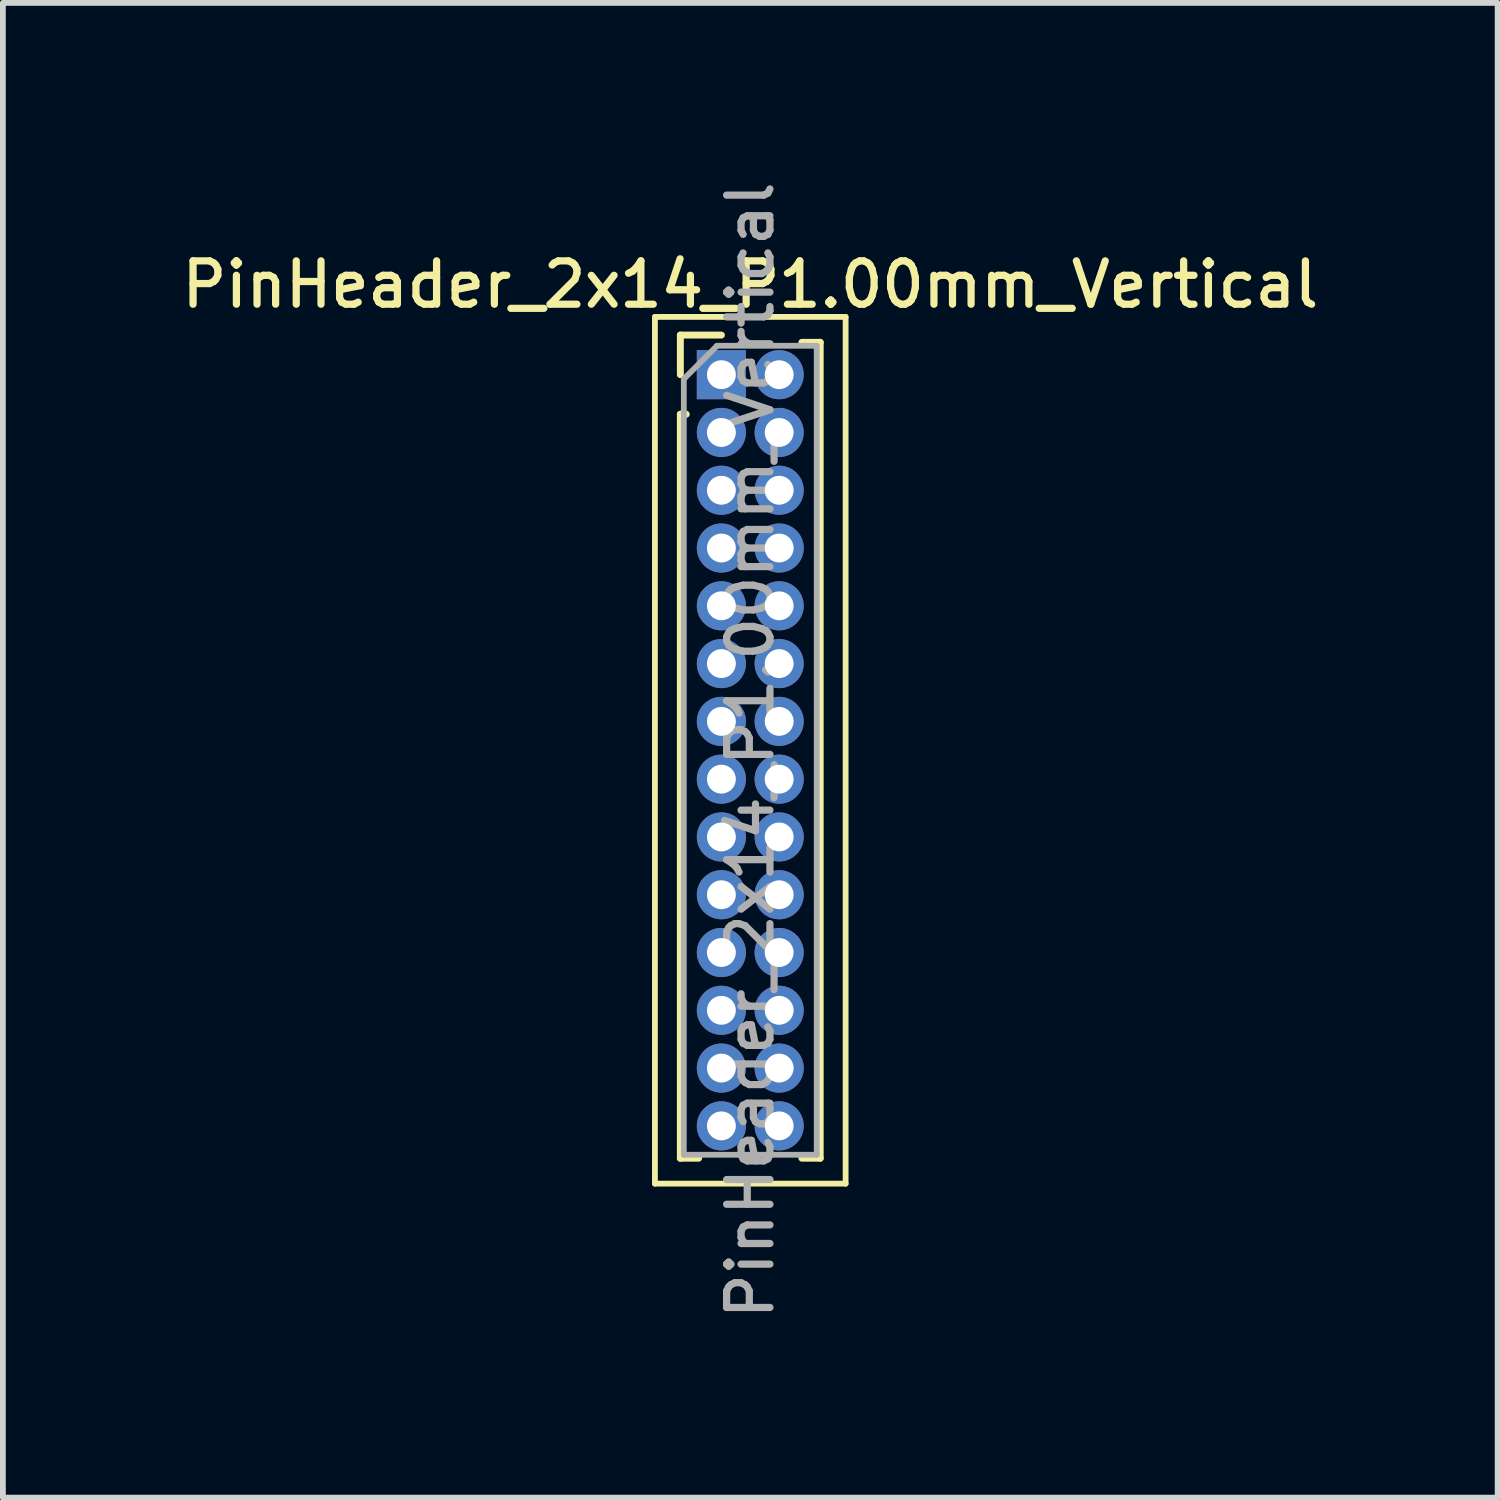
<source format=kicad_pcb>
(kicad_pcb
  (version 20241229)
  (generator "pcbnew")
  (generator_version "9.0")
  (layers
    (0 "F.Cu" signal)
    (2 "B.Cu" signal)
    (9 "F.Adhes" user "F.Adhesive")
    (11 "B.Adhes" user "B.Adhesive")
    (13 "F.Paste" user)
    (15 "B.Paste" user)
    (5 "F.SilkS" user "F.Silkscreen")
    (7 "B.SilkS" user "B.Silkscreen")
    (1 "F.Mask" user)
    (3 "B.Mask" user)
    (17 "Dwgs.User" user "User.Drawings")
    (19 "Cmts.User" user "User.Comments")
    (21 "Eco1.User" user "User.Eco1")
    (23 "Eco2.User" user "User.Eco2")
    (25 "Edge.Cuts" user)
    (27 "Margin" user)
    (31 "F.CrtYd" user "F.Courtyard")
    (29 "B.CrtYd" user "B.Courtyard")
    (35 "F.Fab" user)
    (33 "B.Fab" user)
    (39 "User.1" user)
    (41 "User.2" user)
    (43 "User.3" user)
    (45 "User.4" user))
  (footprint "PinHeader_2x14_P1.00mm_Vertical"
    (layer "F.Cu")
    (at 9.434 3.434)
    (property "Reference" "PinHeader_2x14_P1.00mm_Vertical" (at 0.5 -1.56 0) (layer "F.SilkS") (effects (font (size 0.75 0.75) (thickness 0.125))))
    (attr through_hole)
    (fp_line (start -1.15 -1) (end -1.15 14) (stroke (width 0.1) (type solid)) (layer "F.SilkS"))
    (fp_line (start -1.15 14) (end 2.15 14) (stroke (width 0.1) (type solid)) (layer "F.SilkS"))
    (fp_line (start -0.71 -0.685) (end 0 -0.685) (stroke (width 0.12) (type solid)) (layer "F.SilkS"))
    (fp_line (start -0.71 0) (end -0.71 -0.685) (stroke (width 0.12) (type solid)) (layer "F.SilkS"))
    (fp_line (start -0.71 0.685) (end -0.71 13.56) (stroke (width 0.12) (type solid)) (layer "F.SilkS"))
    (fp_line (start -0.71 0.685) (end -0.608 0.685) (stroke (width 0.12) (type solid)) (layer "F.SilkS"))
    (fp_line (start -0.71 13.56) (end -0.394 13.56) (stroke (width 0.12) (type solid)) (layer "F.SilkS"))
    (fp_line (start 0.394 13.56) (end 0.606 13.56) (stroke (width 0.12) (type solid)) (layer "F.SilkS"))
    (fp_line (start 1.394 -0.56) (end 1.71 -0.56) (stroke (width 0.12) (type solid)) (layer "F.SilkS"))
    (fp_line (start 1.394 13.56) (end 1.71 13.56) (stroke (width 0.12) (type solid)) (layer "F.SilkS"))
    (fp_line (start 1.71 -0.56) (end 1.71 13.56) (stroke (width 0.12) (type solid)) (layer "F.SilkS"))
    (fp_line (start 2.15 -1) (end -1.15 -1) (stroke (width 0.1) (type solid)) (layer "F.SilkS"))
    (fp_line (start 2.15 14) (end 2.15 -1) (stroke (width 0.1) (type solid)) (layer "F.SilkS"))
    (fp_line (start -0.65 0.075) (end -0.075 -0.5) (stroke (width 0.1) (type solid)) (layer "F.Fab"))
    (fp_line (start -0.65 13.5) (end -0.65 0.075) (stroke (width 0.1) (type solid)) (layer "F.Fab"))
    (fp_line (start -0.075 -0.5) (end 1.65 -0.5) (stroke (width 0.1) (type solid)) (layer "F.Fab"))
    (fp_line (start 1.65 -0.5) (end 1.65 13.5) (stroke (width 0.1) (type solid)) (layer "F.Fab"))
    (fp_line (start 1.65 13.5) (end -0.65 13.5) (stroke (width 0.1) (type solid)) (layer "F.Fab"))
    (fp_text user "${REFERENCE}" (at 0.5 6.5 90) (layer "F.Fab") (effects (font (size 0.75 0.75) (thickness 0.125))))
    (pad "1" thru_hole rect (at 0 0) (size 0.85 0.85) (drill 0.5) (layers "*.Cu" "*.Mask"))
    (pad "2" thru_hole oval (at 1 0) (size 0.85 0.85) (drill 0.5) (layers "*.Cu" "*.Mask"))
    (pad "3" thru_hole oval (at 0 1) (size 0.85 0.85) (drill 0.5) (layers "*.Cu" "*.Mask"))
    (pad "4" thru_hole oval (at 1 1) (size 0.85 0.85) (drill 0.5) (layers "*.Cu" "*.Mask"))
    (pad "5" thru_hole oval (at 0 2) (size 0.85 0.85) (drill 0.5) (layers "*.Cu" "*.Mask"))
    (pad "6" thru_hole oval (at 1 2) (size 0.85 0.85) (drill 0.5) (layers "*.Cu" "*.Mask"))
    (pad "7" thru_hole oval (at 0 3) (size 0.85 0.85) (drill 0.5) (layers "*.Cu" "*.Mask"))
    (pad "8" thru_hole oval (at 1 3) (size 0.85 0.85) (drill 0.5) (layers "*.Cu" "*.Mask"))
    (pad "9" thru_hole oval (at 0 4) (size 0.85 0.85) (drill 0.5) (layers "*.Cu" "*.Mask"))
    (pad "10" thru_hole oval (at 1 4) (size 0.85 0.85) (drill 0.5) (layers "*.Cu" "*.Mask"))
    (pad "11" thru_hole oval (at 0 5) (size 0.85 0.85) (drill 0.5) (layers "*.Cu" "*.Mask"))
    (pad "12" thru_hole oval (at 1 5) (size 0.85 0.85) (drill 0.5) (layers "*.Cu" "*.Mask"))
    (pad "13" thru_hole oval (at 0 6) (size 0.85 0.85) (drill 0.5) (layers "*.Cu" "*.Mask"))
    (pad "14" thru_hole oval (at 1 6) (size 0.85 0.85) (drill 0.5) (layers "*.Cu" "*.Mask"))
    (pad "15" thru_hole oval (at 0 7) (size 0.85 0.85) (drill 0.5) (layers "*.Cu" "*.Mask"))
    (pad "16" thru_hole oval (at 1 7) (size 0.85 0.85) (drill 0.5) (layers "*.Cu" "*.Mask"))
    (pad "17" thru_hole oval (at 0 8) (size 0.85 0.85) (drill 0.5) (layers "*.Cu" "*.Mask"))
    (pad "18" thru_hole oval (at 1 8) (size 0.85 0.85) (drill 0.5) (layers "*.Cu" "*.Mask"))
    (pad "19" thru_hole oval (at 0 9) (size 0.85 0.85) (drill 0.5) (layers "*.Cu" "*.Mask"))
    (pad "20" thru_hole oval (at 1 9) (size 0.85 0.85) (drill 0.5) (layers "*.Cu" "*.Mask"))
    (pad "21" thru_hole oval (at 0 10) (size 0.85 0.85) (drill 0.5) (layers "*.Cu" "*.Mask"))
    (pad "22" thru_hole oval (at 1 10) (size 0.85 0.85) (drill 0.5) (layers "*.Cu" "*.Mask"))
    (pad "23" thru_hole oval (at 0 11) (size 0.85 0.85) (drill 0.5) (layers "*.Cu" "*.Mask"))
    (pad "24" thru_hole oval (at 1 11) (size 0.85 0.85) (drill 0.5) (layers "*.Cu" "*.Mask"))
    (pad "25" thru_hole oval (at 0 12) (size 0.85 0.85) (drill 0.5) (layers "*.Cu" "*.Mask"))
    (pad "26" thru_hole oval (at 1 12) (size 0.85 0.85) (drill 0.5) (layers "*.Cu" "*.Mask"))
    (pad "27" thru_hole oval (at 0 13) (size 0.85 0.85) (drill 0.5) (layers "*.Cu" "*.Mask"))
    (pad "28" thru_hole oval (at 1 13) (size 0.85 0.85) (drill 0.5) (layers "*.Cu" "*.Mask")))
  (gr_rect
    (start -3 -3)
    (end 22.868 22.868)
    (stroke (width 0.1) (type default))
    (fill no)
    (layer "Edge.Cuts")))
</source>
